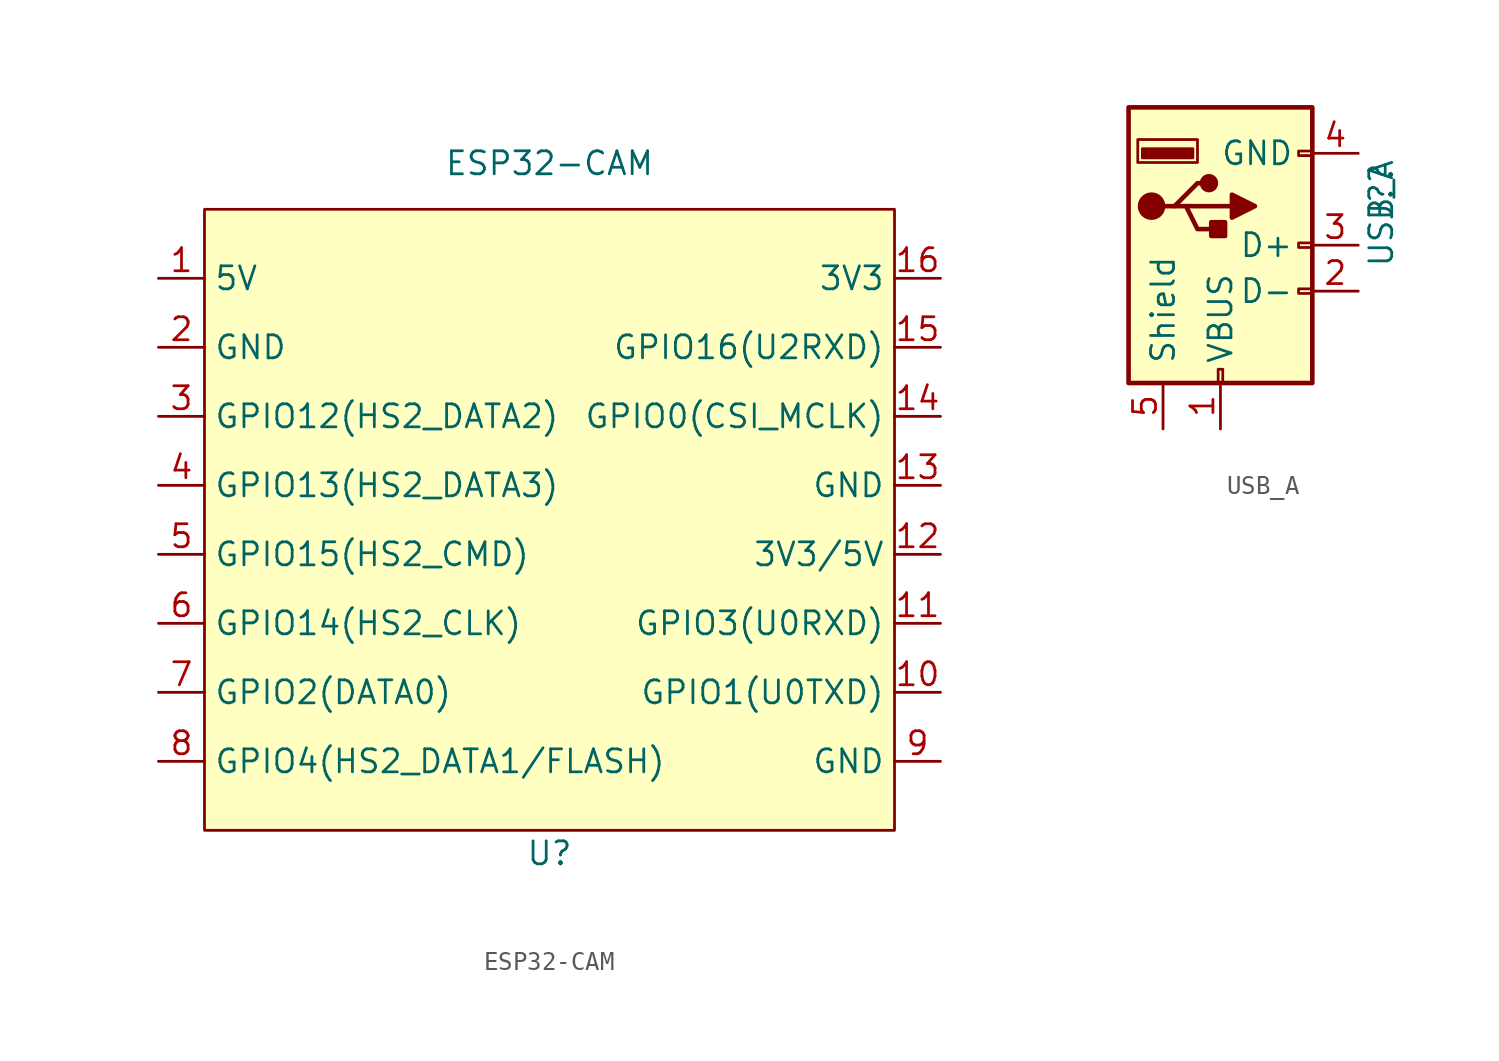
<source format=kicad_sym>
(kicad_symbol_lib
  (version 20211014)
  (generator kicad_symbol_editor)
  (symbol "ESP32-CAM"
    (property "Reference" "U"
      (at 0 -19.05 0)
      (effects (font (size 1.27 1.27))))
    (property "Value" "ESP32-CAM"
      (at 0 19.05 0)
      (effects (font (size 1.27 1.27))))
    (symbol "ESP32-CAM_0_1"
      (rectangle (start -19.05 16.51) (end 19.05 -17.78) (stroke (width 0) (type default) (color 0 0 0 0)) (fill (type background))))
    (symbol "ESP32-CAM_1_1"
      (pin power_in line (at -21.59 12.7 0) (length 2.54) (name "5V" (effects (font (size 1.27 1.27)))) (number "1" (effects (font (size 1.27 1.27)))))
      (pin output line (at 21.59 -10.16 180) (length 2.54) (name "GPIO1(U0TXD)" (effects (font (size 1.27 1.27)))) (number "10" (effects (font (size 1.27 1.27)))))
      (pin input line (at 21.59 -6.35 180) (length 2.54) (name "GPIO3(U0RXD)" (effects (font (size 1.27 1.27)))) (number "11" (effects (font (size 1.27 1.27)))))
      (pin power_out line (at 21.59 -2.54 180) (length 2.54) (name "3V3/5V" (effects (font (size 1.27 1.27)))) (number "12" (effects (font (size 1.27 1.27)))))
      (pin power_in line (at 21.59 1.27 180) (length 2.54) (name "GND" (effects (font (size 1.27 1.27)))) (number "13" (effects (font (size 1.27 1.27)))))
      (pin bidirectional line (at 21.59 5.08 180) (length 2.54) (name "GPIO0(CSI_MCLK)" (effects (font (size 1.27 1.27)))) (number "14" (effects (font (size 1.27 1.27)))))
      (pin bidirectional line (at 21.59 8.89 180) (length 2.54) (name "GPIO16(U2RXD)" (effects (font (size 1.27 1.27)))) (number "15" (effects (font (size 1.27 1.27)))))
      (pin power_in line (at 21.59 12.7 180) (length 2.54) (name "3V3" (effects (font (size 1.27 1.27)))) (number "16" (effects (font (size 1.27 1.27)))))
      (pin free line (at -21.59 8.89 0) (length 2.54) (name "GND" (effects (font (size 1.27 1.27)))) (number "2" (effects (font (size 1.27 1.27)))))
      (pin bidirectional line (at -21.59 5.08 0) (length 2.54) (name "GPIO12(HS2_DATA2)" (effects (font (size 1.27 1.27)))) (number "3" (effects (font (size 1.27 1.27)))))
      (pin bidirectional line (at -21.59 1.27 0) (length 2.54) (name "GPIO13(HS2_DATA3)" (effects (font (size 1.27 1.27)))) (number "4" (effects (font (size 1.27 1.27)))))
      (pin bidirectional line (at -21.59 -2.54 0) (length 2.54) (name "GPIO15(HS2_CMD)" (effects (font (size 1.27 1.27)))) (number "5" (effects (font (size 1.27 1.27)))))
      (pin bidirectional line (at -21.59 -6.35 0) (length 2.54) (name "GPIO14(HS2_CLK)" (effects (font (size 1.27 1.27)))) (number "6" (effects (font (size 1.27 1.27)))))
      (pin bidirectional line (at -21.59 -10.16 0) (length 2.54) (name "GPIO2(DATA0)" (effects (font (size 1.27 1.27)))) (number "7" (effects (font (size 1.27 1.27)))))
      (pin bidirectional line (at -21.59 -13.97 0) (length 2.54) (name "GPIO4(HS2_DATA1/FLASH)" (effects (font (size 1.27 1.27)))) (number "8" (effects (font (size 1.27 1.27)))))
      (pin power_in line (at 21.59 -13.97 180) (length 2.54) (name "GND" (effects (font (size 1.27 1.27)))) (number "9" (effects (font (size 1.27 1.27)))))))
  (symbol "USB_A"
    (pin_names
      (offset 1.016))
    (property "Reference" "J?"
      (at 8.89 1.27 90)
      (effects (font (size 1.27 1.27)) (justify left)))
    (property "Value" "USB_A"
      (at 8.89 -1.27 90)
      (effects (font (size 1.27 1.27)) (justify left)))
    (symbol "USB_A_0_1"
      (rectangle (start -5.08 -7.62) (end 5.08 7.62) (stroke (width 0.254) (type default) (color 0 0 0 0)) (fill (type background)))
      (circle (center -3.81 2.159) (radius 0.635) (stroke (width 0.254) (type default) (color 0 0 0 0)) (fill (type outline)))
      (rectangle (start -1.524 4.826) (end -4.318 5.334) (stroke (width 0) (type default) (color 0 0 0 0)) (fill (type outline)))
      (rectangle (start -1.27 4.572) (end -4.572 5.842) (stroke (width 0) (type default) (color 0 0 0 0)) (fill (type none)))
      (circle (center -0.635 3.429) (radius 0.381) (stroke (width 0.254) (type default) (color 0 0 0 0)) (fill (type outline)))
      (rectangle (start -0.127 -7.62) (end 0.127 -6.858) (stroke (width 0) (type default) (color 0 0 0 0)) (fill (type none)))
      (polyline (pts (xy -3.175 2.159) (xy -2.54 2.159) (xy -1.27 3.429) (xy -0.635 3.429)) (stroke (width 0.254) (type default) (color 0 0 0 0)) (fill (type none)))
      (polyline (pts (xy -2.54 2.159) (xy -1.905 2.159) (xy -1.27 0.889) (xy 0 0.889)) (stroke (width 0.254) (type default) (color 0 0 0 0)) (fill (type none)))
      (polyline (pts (xy 0.635 2.794) (xy 0.635 1.524) (xy 1.905 2.159) (xy 0.635 2.794)) (stroke (width 0.254) (type default) (color 0 0 0 0)) (fill (type outline)))
      (rectangle (start 0.254 1.27) (end -0.508 0.508) (stroke (width 0.254) (type default) (color 0 0 0 0)) (fill (type outline)))
      (rectangle (start 5.08 -2.667) (end 4.318 -2.413) (stroke (width 0) (type default) (color 0 0 0 0)) (fill (type none)))
      (rectangle (start 5.08 -0.127) (end 4.318 0.127) (stroke (width 0) (type default) (color 0 0 0 0)) (fill (type none)))
      (rectangle (start 5.08 4.953) (end 4.318 5.207) (stroke (width 0) (type default) (color 0 0 0 0)) (fill (type none))))
    (symbol "USB_A_1_1"
      (polyline (pts (xy -1.905 2.159) (xy 0.635 2.159)) (stroke (width 0.254) (type default) (color 0 0 0 0)) (fill (type none)))
      (pin power_in line (at 0 -10.16 90) (length 2.54) (name "VBUS" (effects (font (size 1.27 1.27)))) (number "1" (effects (font (size 1.27 1.27)))))
      (pin bidirectional line (at 7.62 -2.54 180) (length 2.54) (name "D-" (effects (font (size 1.27 1.27)))) (number "2" (effects (font (size 1.27 1.27)))))
      (pin bidirectional line (at 7.62 0 180) (length 2.54) (name "D+" (effects (font (size 1.27 1.27)))) (number "3" (effects (font (size 1.27 1.27)))))
      (pin power_in line (at 7.62 5.08 180) (length 2.54) (name "GND" (effects (font (size 1.27 1.27)))) (number "4" (effects (font (size 1.27 1.27)))))
      (pin passive line (at -3.175 -10.16 90) (length 2.54) (name "Shield" (effects (font (size 1.27 1.27)))) (number "5" (effects (font (size 1.27 1.27))))))))
</source>
